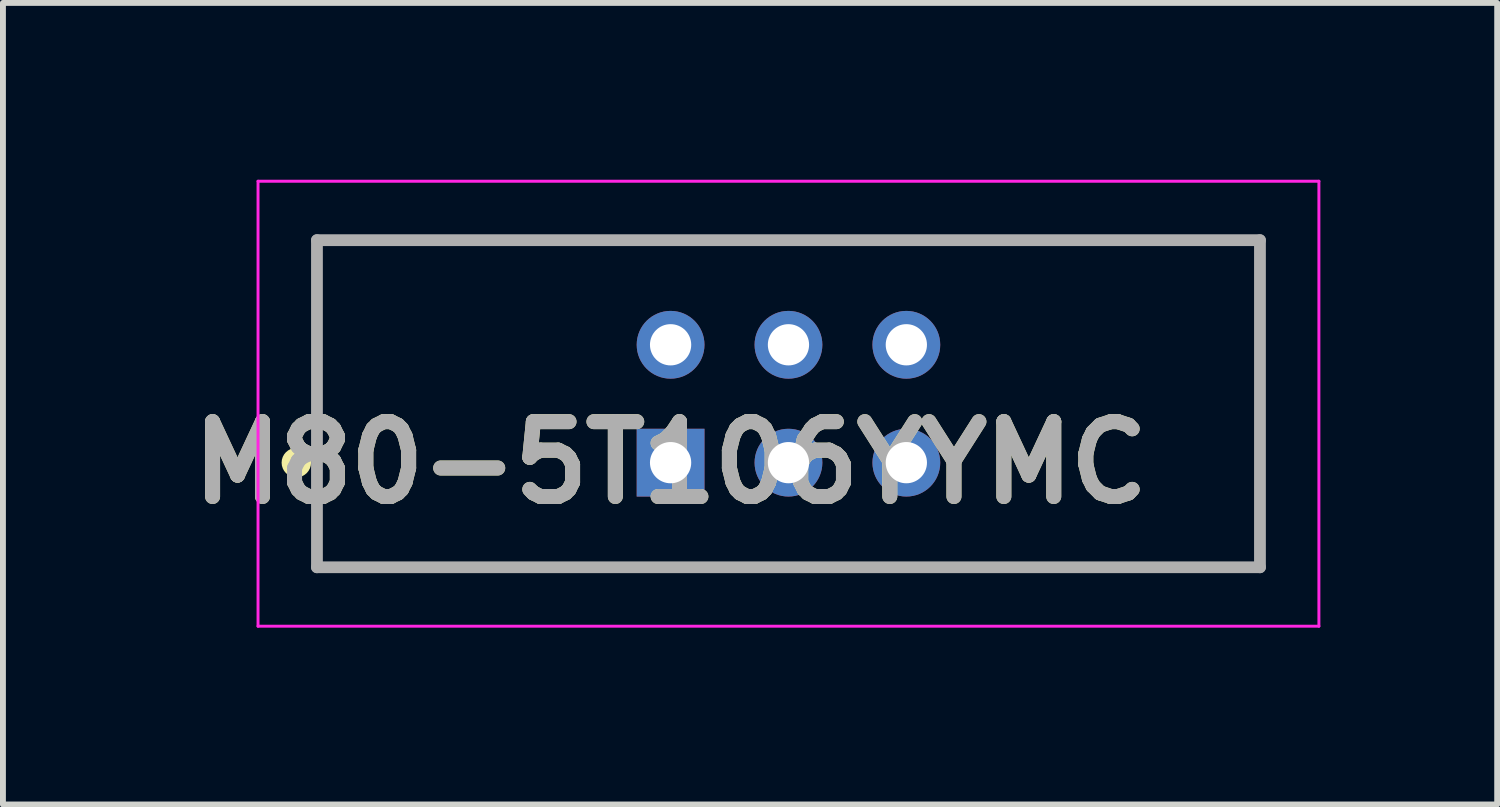
<source format=kicad_pcb>
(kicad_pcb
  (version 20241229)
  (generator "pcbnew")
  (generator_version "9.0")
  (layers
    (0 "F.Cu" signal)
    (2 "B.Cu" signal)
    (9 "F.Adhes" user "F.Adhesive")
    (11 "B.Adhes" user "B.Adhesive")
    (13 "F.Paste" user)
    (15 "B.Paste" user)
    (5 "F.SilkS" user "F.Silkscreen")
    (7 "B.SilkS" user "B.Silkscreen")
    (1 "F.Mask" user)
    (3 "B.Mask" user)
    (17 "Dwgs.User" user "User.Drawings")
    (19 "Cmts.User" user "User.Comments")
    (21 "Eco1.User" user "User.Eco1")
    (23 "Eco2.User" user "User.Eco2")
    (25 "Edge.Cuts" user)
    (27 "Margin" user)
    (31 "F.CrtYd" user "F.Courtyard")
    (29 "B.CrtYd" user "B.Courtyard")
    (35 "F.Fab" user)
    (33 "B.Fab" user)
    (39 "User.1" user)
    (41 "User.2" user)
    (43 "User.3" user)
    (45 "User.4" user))
  (footprint "M80-5T106YYMC"
    (layer "F.Cu")
    (at 8.328 4.8)
    (property "Reference" "M80-5T106YYMC" (at 0 0 0) (layer "F.SilkS") (effects (font (size 1.27 1.27) (thickness 0.254))))
    (attr through_hole)
    (fp_line (start -6 -3.775) (end 10 -3.775) (stroke (width 0.1) (type solid)) (layer "F.SilkS"))
    (fp_line (start -6 1.775) (end -6 -3.775) (stroke (width 0.1) (type solid)) (layer "F.SilkS"))
    (fp_line (start 10 -3.775) (end 10 1.775) (stroke (width 0.1) (type solid)) (layer "F.SilkS"))
    (fp_line (start 10 1.775) (end -6 1.775) (stroke (width 0.1) (type solid)) (layer "F.SilkS"))
    (fp_circle (center -6.35 0) (end -6.35 0.05) (stroke (width 0.2) (type solid)) (fill no) (layer "F.SilkS"))
    (fp_line (start -7 -4.775) (end 11 -4.775) (stroke (width 0.05) (type solid)) (layer "F.CrtYd"))
    (fp_line (start -7 2.775) (end -7 -4.775) (stroke (width 0.05) (type solid)) (layer "F.CrtYd"))
    (fp_line (start 11 -4.775) (end 11 2.775) (stroke (width 0.05) (type solid)) (layer "F.CrtYd"))
    (fp_line (start 11 2.775) (end -7 2.775) (stroke (width 0.05) (type solid)) (layer "F.CrtYd"))
    (fp_line (start -6 -3.775) (end 10 -3.775) (stroke (width 0.2) (type solid)) (layer "F.Fab"))
    (fp_line (start -6 1.775) (end -6 -3.775) (stroke (width 0.2) (type solid)) (layer "F.Fab"))
    (fp_line (start 10 -3.775) (end 10 1.775) (stroke (width 0.2) (type solid)) (layer "F.Fab"))
    (fp_line (start 10 1.775) (end -6 1.775) (stroke (width 0.2) (type solid)) (layer "F.Fab"))
    (fp_text user "${REFERENCE}" (at 0 0 0) (layer "F.Fab") (effects (font (size 1.27 1.27) (thickness 0.254))))
    (pad "1" thru_hole rect (at 0 0) (size 1.15 1.15) (drill 0.7) (layers "*.Cu" "*.Mask"))
    (pad "2" thru_hole circle (at 2 0) (size 1.15 1.15) (drill 0.7) (layers "*.Cu" "*.Mask"))
    (pad "3" thru_hole circle (at 4 0) (size 1.15 1.15) (drill 0.7) (layers "*.Cu" "*.Mask"))
    (pad "4" thru_hole circle (at 0 -2) (size 1.15 1.15) (drill 0.7) (layers "*.Cu" "*.Mask"))
    (pad "5" thru_hole circle (at 2 -2) (size 1.15 1.15) (drill 0.7) (layers "*.Cu" "*.Mask"))
    (pad "6" thru_hole circle (at 4 -2) (size 1.15 1.15) (drill 0.7) (layers "*.Cu" "*.Mask")))
  (gr_rect
    (start -3 -3)
    (end 22.353 10.6)
    (stroke (width 0.1) (type default))
    (fill no)
    (layer "Edge.Cuts")))
</source>
